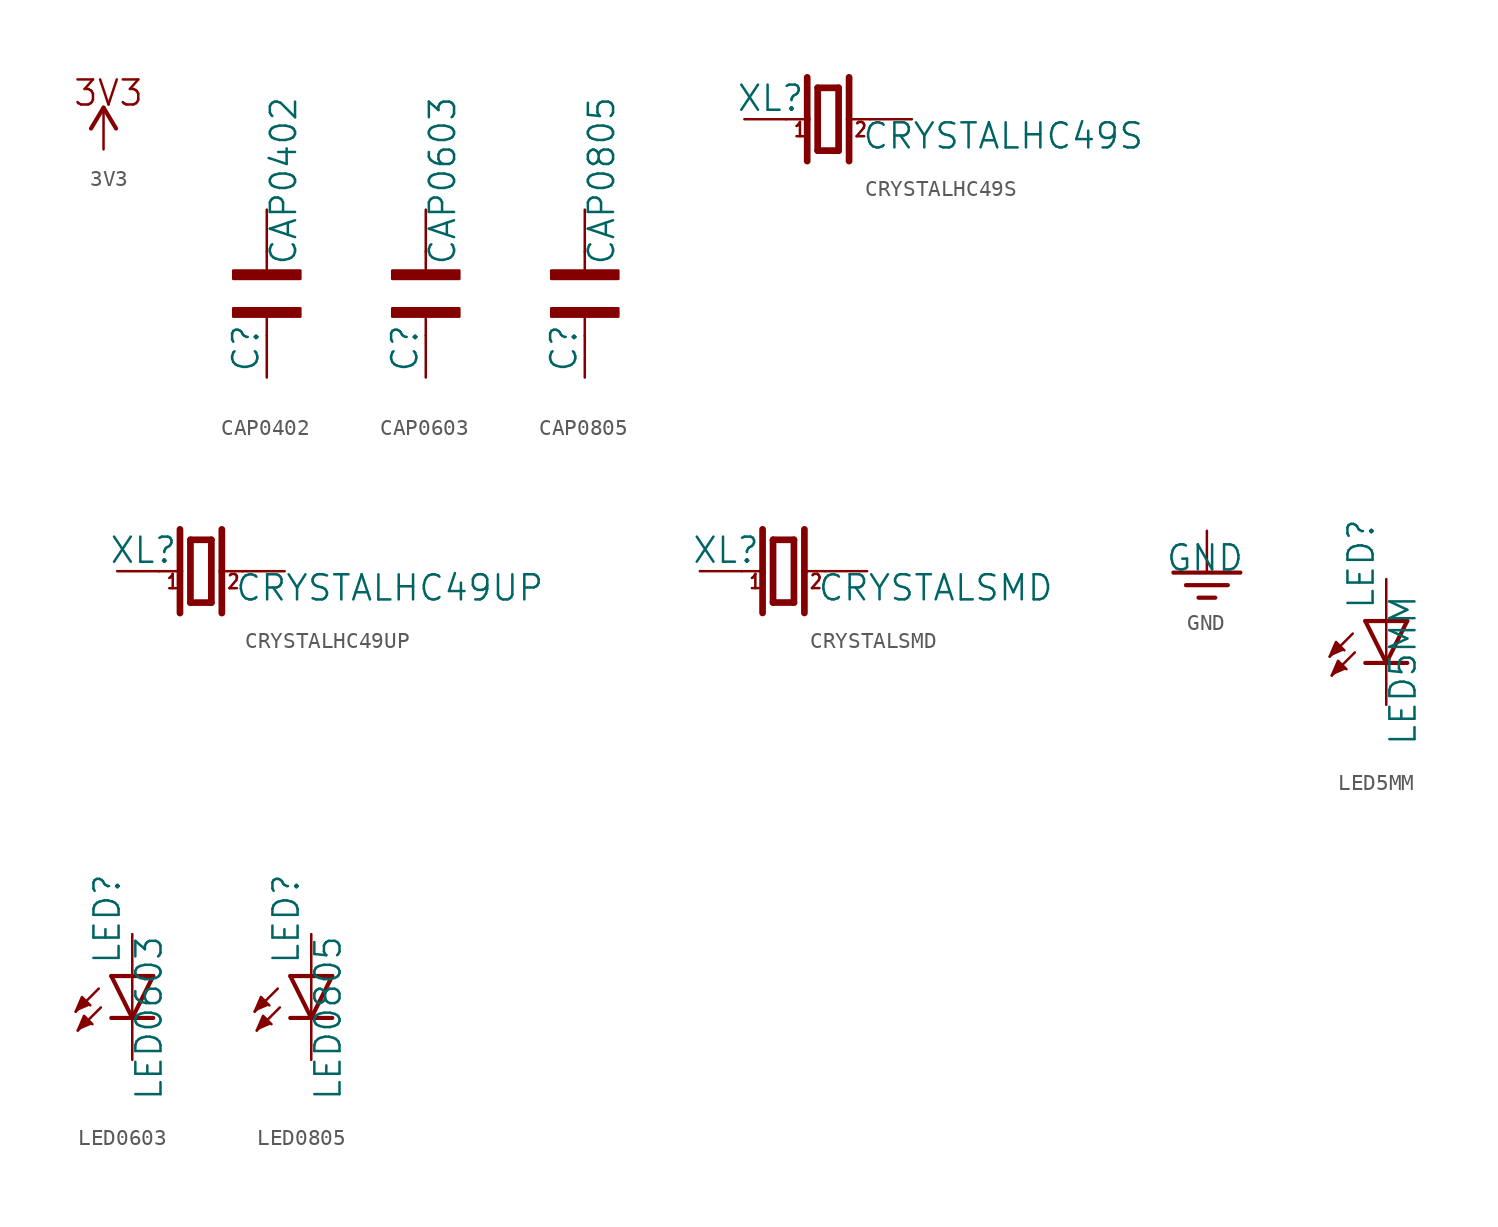
<source format=kicad_sym>
(kicad_symbol_lib
  (version 20211014)
  (generator kicad_symbol_editor)
  (symbol "3V3"
    (power)
    (property "Reference" ""
      (at 0 0 0)
      (effects (font (size 1.27 1.27)) hide))
    (property "ki_locked" ""
      (at 0 0 0)
      (effects (font (size 1.27 1.27))))
    (symbol "3V3_1_0"
      (polyline (pts (xy 0 2.54) (xy -0.762 1.27)) (stroke (width 0.254) (type default) (color 0 0 0 0)) (fill (type none)))
      (polyline (pts (xy 0.762 1.27) (xy 0 2.54)) (stroke (width 0.254) (type default) (color 0 0 0 0)) (fill (type none)))
      (text "3V3" (at -1.905 2.54 0) (effects (font (size 1.524 1.524)) (justify left bottom)))
      (pin power_in line (at 0 0 90) (length 2.54) (name "3V3" (effects (font (size 0 0)))) (number "1" (effects (font (size 0 0)))))))
  (symbol "CAP0402"
    (property "Reference" "C"
      (at -0.381 -4.826 90)
      (effects (font (size 1.524 1.524)) (justify left bottom)))
    (property "Value" "CAP0402"
      (at 1.905 1.651 90)
      (effects (font (size 1.524 1.524)) (justify left bottom)))
    (property "ki_locked" ""
      (at 0 0 0)
      (effects (font (size 1.27 1.27))))
    (symbol "CAP0402_1_0"
      (rectangle (start -2.032 -1.397) (end 2.032 -0.889) (stroke (width 0) (type default) (color 0 0 0 0)) (fill (type outline)))
      (rectangle (start -2.032 0.889) (end 2.032 1.397) (stroke (width 0) (type default) (color 0 0 0 0)) (fill (type outline)))
      (polyline (pts (xy 0 -2.54) (xy 0 -1.397)) (stroke (width 0.152) (type default) (color 0 0 0 0)) (fill (type none)))
      (polyline (pts (xy 0 2.54) (xy 0 1.397)) (stroke (width 0.152) (type default) (color 0 0 0 0)) (fill (type none)))
      (pin passive line (at 0 5.08 270) (length 2.54) (name "1" (effects (font (size 0 0)))) (number "1" (effects (font (size 0 0)))))
      (pin passive line (at 0 -5.08 90) (length 2.54) (name "2" (effects (font (size 0 0)))) (number "2" (effects (font (size 0 0)))))))
  (symbol "CAP0603"
    (property "Reference" "C"
      (at -0.381 -4.826 90)
      (effects (font (size 1.524 1.524)) (justify left bottom)))
    (property "Value" "CAP0603"
      (at 1.905 1.651 90)
      (effects (font (size 1.524 1.524)) (justify left bottom)))
    (property "ki_locked" ""
      (at 0 0 0)
      (effects (font (size 1.27 1.27))))
    (symbol "CAP0603_1_0"
      (rectangle (start -2.032 -1.397) (end 2.032 -0.889) (stroke (width 0) (type default) (color 0 0 0 0)) (fill (type outline)))
      (rectangle (start -2.032 0.889) (end 2.032 1.397) (stroke (width 0) (type default) (color 0 0 0 0)) (fill (type outline)))
      (polyline (pts (xy 0 -2.54) (xy 0 -1.397)) (stroke (width 0.152) (type default) (color 0 0 0 0)) (fill (type none)))
      (polyline (pts (xy 0 2.54) (xy 0 1.397)) (stroke (width 0.152) (type default) (color 0 0 0 0)) (fill (type none)))
      (pin passive line (at 0 5.08 270) (length 2.54) (name "1" (effects (font (size 0 0)))) (number "1" (effects (font (size 0 0)))))
      (pin passive line (at 0 -5.08 90) (length 2.54) (name "2" (effects (font (size 0 0)))) (number "2" (effects (font (size 0 0)))))))
  (symbol "CAP0805"
    (property "Reference" "C"
      (at -0.381 -4.826 90)
      (effects (font (size 1.524 1.524)) (justify left bottom)))
    (property "Value" "CAP0805"
      (at 1.905 1.651 90)
      (effects (font (size 1.524 1.524)) (justify left bottom)))
    (property "ki_locked" ""
      (at 0 0 0)
      (effects (font (size 1.27 1.27))))
    (symbol "CAP0805_1_0"
      (rectangle (start -2.032 -1.397) (end 2.032 -0.889) (stroke (width 0) (type default) (color 0 0 0 0)) (fill (type outline)))
      (rectangle (start -2.032 0.889) (end 2.032 1.397) (stroke (width 0) (type default) (color 0 0 0 0)) (fill (type outline)))
      (polyline (pts (xy 0 -2.54) (xy 0 -1.397)) (stroke (width 0.152) (type default) (color 0 0 0 0)) (fill (type none)))
      (polyline (pts (xy 0 2.54) (xy 0 1.397)) (stroke (width 0.152) (type default) (color 0 0 0 0)) (fill (type none)))
      (pin passive line (at 0 5.08 270) (length 2.54) (name "1" (effects (font (size 0 0)))) (number "1" (effects (font (size 0 0)))))
      (pin passive line (at 0 -5.08 90) (length 2.54) (name "2" (effects (font (size 0 0)))) (number "2" (effects (font (size 0 0)))))))
  (symbol "CRYSTALHC49S"
    (property "Reference" "XL"
      (at -5.588 0.381 0)
      (effects (font (size 1.524 1.524)) (justify left bottom)))
    (property "Value" "CRYSTALHC49S"
      (at 2.032 -1.905 0)
      (effects (font (size 1.524 1.524)) (justify left bottom)))
    (property "ki_locked" ""
      (at 0 0 0)
      (effects (font (size 1.27 1.27))))
    (symbol "CRYSTALHC49S_1_0"
      (polyline (pts (xy -2.54 0) (xy -1.27 0)) (stroke (width 0.152) (type default) (color 0 0 0 0)) (fill (type none)))
      (polyline (pts (xy -1.27 0) (xy -1.27 -2.54)) (stroke (width 0.406) (type default) (color 0 0 0 0)) (fill (type none)))
      (polyline (pts (xy -1.27 2.54) (xy -1.27 0)) (stroke (width 0.406) (type default) (color 0 0 0 0)) (fill (type none)))
      (polyline (pts (xy -0.635 -1.905) (xy 0.635 -1.905)) (stroke (width 0.406) (type default) (color 0 0 0 0)) (fill (type none)))
      (polyline (pts (xy -0.635 1.905) (xy -0.635 -1.905)) (stroke (width 0.406) (type default) (color 0 0 0 0)) (fill (type none)))
      (polyline (pts (xy 0.635 -1.905) (xy 0.635 1.905)) (stroke (width 0.406) (type default) (color 0 0 0 0)) (fill (type none)))
      (polyline (pts (xy 0.635 1.905) (xy -0.635 1.905)) (stroke (width 0.406) (type default) (color 0 0 0 0)) (fill (type none)))
      (polyline (pts (xy 1.27 0) (xy 1.27 -2.54)) (stroke (width 0.406) (type default) (color 0 0 0 0)) (fill (type none)))
      (polyline (pts (xy 1.27 0) (xy 2.54 0)) (stroke (width 0.152) (type default) (color 0 0 0 0)) (fill (type none)))
      (polyline (pts (xy 1.27 2.54) (xy 1.27 0)) (stroke (width 0.406) (type default) (color 0 0 0 0)) (fill (type none)))
      (text "1" (at -2.159 -1.143 0) (effects (font (size 0.864 0.734)) (justify left bottom)))
      (text "2" (at 1.524 -1.143 0) (effects (font (size 0.864 0.734)) (justify left bottom)))
      (pin passive line (at -5.08 0 0) (length 2.54) (name "1" (effects (font (size 0 0)))) (number "1" (effects (font (size 0 0)))))
      (pin passive line (at 5.08 0 180) (length 2.54) (name "2" (effects (font (size 0 0)))) (number "2" (effects (font (size 0 0)))))))
  (symbol "CRYSTALHC49UP"
    (property "Reference" "XL"
      (at -5.588 0.381 0)
      (effects (font (size 1.524 1.524)) (justify left bottom)))
    (property "Value" "CRYSTALHC49UP"
      (at 2.032 -1.905 0)
      (effects (font (size 1.524 1.524)) (justify left bottom)))
    (property "ki_locked" ""
      (at 0 0 0)
      (effects (font (size 1.27 1.27))))
    (symbol "CRYSTALHC49UP_1_0"
      (polyline (pts (xy -2.54 0) (xy -1.27 0)) (stroke (width 0.152) (type default) (color 0 0 0 0)) (fill (type none)))
      (polyline (pts (xy -1.27 0) (xy -1.27 -2.54)) (stroke (width 0.406) (type default) (color 0 0 0 0)) (fill (type none)))
      (polyline (pts (xy -1.27 2.54) (xy -1.27 0)) (stroke (width 0.406) (type default) (color 0 0 0 0)) (fill (type none)))
      (polyline (pts (xy -0.635 -1.905) (xy 0.635 -1.905)) (stroke (width 0.406) (type default) (color 0 0 0 0)) (fill (type none)))
      (polyline (pts (xy -0.635 1.905) (xy -0.635 -1.905)) (stroke (width 0.406) (type default) (color 0 0 0 0)) (fill (type none)))
      (polyline (pts (xy 0.635 -1.905) (xy 0.635 1.905)) (stroke (width 0.406) (type default) (color 0 0 0 0)) (fill (type none)))
      (polyline (pts (xy 0.635 1.905) (xy -0.635 1.905)) (stroke (width 0.406) (type default) (color 0 0 0 0)) (fill (type none)))
      (polyline (pts (xy 1.27 0) (xy 1.27 -2.54)) (stroke (width 0.406) (type default) (color 0 0 0 0)) (fill (type none)))
      (polyline (pts (xy 1.27 0) (xy 2.54 0)) (stroke (width 0.152) (type default) (color 0 0 0 0)) (fill (type none)))
      (polyline (pts (xy 1.27 2.54) (xy 1.27 0)) (stroke (width 0.406) (type default) (color 0 0 0 0)) (fill (type none)))
      (text "1" (at -2.159 -1.143 0) (effects (font (size 0.864 0.734)) (justify left bottom)))
      (text "2" (at 1.524 -1.143 0) (effects (font (size 0.864 0.734)) (justify left bottom)))
      (pin passive line (at -5.08 0 0) (length 2.54) (name "1" (effects (font (size 0 0)))) (number "1" (effects (font (size 0 0)))))
      (pin passive line (at 5.08 0 180) (length 2.54) (name "2" (effects (font (size 0 0)))) (number "2" (effects (font (size 0 0)))))))
  (symbol "CRYSTALSMD"
    (property "Reference" "XL"
      (at -5.588 0.381 0)
      (effects (font (size 1.524 1.524)) (justify left bottom)))
    (property "Value" "CRYSTALSMD"
      (at 2.032 -1.905 0)
      (effects (font (size 1.524 1.524)) (justify left bottom)))
    (property "ki_locked" ""
      (at 0 0 0)
      (effects (font (size 1.27 1.27))))
    (symbol "CRYSTALSMD_1_0"
      (polyline (pts (xy -2.54 0) (xy -1.27 0)) (stroke (width 0.152) (type default) (color 0 0 0 0)) (fill (type none)))
      (polyline (pts (xy -1.27 0) (xy -1.27 -2.54)) (stroke (width 0.406) (type default) (color 0 0 0 0)) (fill (type none)))
      (polyline (pts (xy -1.27 2.54) (xy -1.27 0)) (stroke (width 0.406) (type default) (color 0 0 0 0)) (fill (type none)))
      (polyline (pts (xy -0.635 -1.905) (xy 0.635 -1.905)) (stroke (width 0.406) (type default) (color 0 0 0 0)) (fill (type none)))
      (polyline (pts (xy -0.635 1.905) (xy -0.635 -1.905)) (stroke (width 0.406) (type default) (color 0 0 0 0)) (fill (type none)))
      (polyline (pts (xy 0.635 -1.905) (xy 0.635 1.905)) (stroke (width 0.406) (type default) (color 0 0 0 0)) (fill (type none)))
      (polyline (pts (xy 0.635 1.905) (xy -0.635 1.905)) (stroke (width 0.406) (type default) (color 0 0 0 0)) (fill (type none)))
      (polyline (pts (xy 1.27 0) (xy 1.27 -2.54)) (stroke (width 0.406) (type default) (color 0 0 0 0)) (fill (type none)))
      (polyline (pts (xy 1.27 0) (xy 2.54 0)) (stroke (width 0.152) (type default) (color 0 0 0 0)) (fill (type none)))
      (polyline (pts (xy 1.27 2.54) (xy 1.27 0)) (stroke (width 0.406) (type default) (color 0 0 0 0)) (fill (type none)))
      (text "1" (at -2.159 -1.143 0) (effects (font (size 0.864 0.734)) (justify left bottom)))
      (text "2" (at 1.524 -1.143 0) (effects (font (size 0.864 0.734)) (justify left bottom)))
      (pin passive line (at -5.08 0 0) (length 2.54) (name "1" (effects (font (size 0 0)))) (number "P$1" (effects (font (size 0 0)))))
      (pin passive line (at 5.08 0 180) (length 2.54) (name "2" (effects (font (size 0 0)))) (number "P$2" (effects (font (size 0 0)))))))
  (symbol "GND"
    (power)
    (property "Reference" "#GND"
      (at 0 0 0)
      (effects (font (size 1.27 1.27)) hide))
    (property "Value" "GND"
      (at -2.54 0 0)
      (effects (font (size 1.524 1.524)) (justify left bottom)))
    (property "ki_locked" ""
      (at 0 0 0)
      (effects (font (size 1.27 1.27))))
    (symbol "GND_1_0"
      (polyline (pts (xy -2.032 0) (xy 2.032 0)) (stroke (width 0.254) (type default) (color 0 0 0 0)) (fill (type none)))
      (polyline (pts (xy -1.27 -0.762) (xy 1.27 -0.762)) (stroke (width 0.254) (type default) (color 0 0 0 0)) (fill (type none)))
      (polyline (pts (xy -0.508 -1.524) (xy 0.508 -1.524)) (stroke (width 0.254) (type default) (color 0 0 0 0)) (fill (type none)))
      (pin power_in line (at 0 2.54 270) (length 2.54) (name "GND" (effects (font (size 0 0)))) (number "1" (effects (font (size 0 0)))))))
  (symbol "LED5MM"
    (property "Reference" "LED"
      (at -0.635 0.635 90)
      (effects (font (size 1.524 1.524)) (justify left bottom)))
    (property "Value" "LED5MM"
      (at 1.905 -7.62 90)
      (effects (font (size 1.524 1.524)) (justify left bottom)))
    (property "ki_locked" ""
      (at 0 0 0)
      (effects (font (size 1.27 1.27))))
    (symbol "LED5MM_1_0"
      (polyline (pts (xy -2.032 -0.762) (xy -3.429 -2.159)) (stroke (width 0.152) (type default) (color 0 0 0 0)) (fill (type none)))
      (polyline (pts (xy -1.905 -1.905) (xy -3.302 -3.302)) (stroke (width 0.152) (type default) (color 0 0 0 0)) (fill (type none)))
      (polyline (pts (xy 0 -2.54) (xy -1.27 -2.54)) (stroke (width 0.254) (type default) (color 0 0 0 0)) (fill (type none)))
      (polyline (pts (xy 0 -2.54) (xy -1.27 0)) (stroke (width 0.254) (type default) (color 0 0 0 0)) (fill (type none)))
      (polyline (pts (xy 0 0) (xy -1.27 0)) (stroke (width 0.254) (type default) (color 0 0 0 0)) (fill (type none)))
      (polyline (pts (xy 0 0) (xy 0 -2.54)) (stroke (width 0.152) (type default) (color 0 0 0 0)) (fill (type none)))
      (polyline (pts (xy 1.27 -2.54) (xy 0 -2.54)) (stroke (width 0.254) (type default) (color 0 0 0 0)) (fill (type none)))
      (polyline (pts (xy 1.27 0) (xy 0 -2.54)) (stroke (width 0.254) (type default) (color 0 0 0 0)) (fill (type none)))
      (polyline (pts (xy 1.27 0) (xy 0 0)) (stroke (width 0.254) (type default) (color 0 0 0 0)) (fill (type none)))
      (polyline (pts (xy -3.429 -2.159) (xy -3.048 -1.27) (xy -2.54 -1.778)) (stroke (width 0) (type default) (color 0 0 0 0)) (fill (type outline)))
      (polyline (pts (xy -3.302 -3.302) (xy -2.921 -2.413) (xy -2.413 -2.921)) (stroke (width 0) (type default) (color 0 0 0 0)) (fill (type outline)))
      (pin passive line (at 0 2.54 270) (length 2.54) (name "A" (effects (font (size 0 0)))) (number "A" (effects (font (size 0 0)))))
      (pin passive line (at 0 -5.08 90) (length 2.54) (name "C" (effects (font (size 0 0)))) (number "C" (effects (font (size 0 0)))))))
  (symbol "LED0603"
    (property "Reference" "LED"
      (at -0.635 0.635 90)
      (effects (font (size 1.524 1.524)) (justify left bottom)))
    (property "Value" "LED0603"
      (at 1.905 -7.62 90)
      (effects (font (size 1.524 1.524)) (justify left bottom)))
    (property "ki_locked" ""
      (at 0 0 0)
      (effects (font (size 1.27 1.27))))
    (symbol "LED0603_1_0"
      (polyline (pts (xy -2.032 -0.762) (xy -3.429 -2.159)) (stroke (width 0.152) (type default) (color 0 0 0 0)) (fill (type none)))
      (polyline (pts (xy -1.905 -1.905) (xy -3.302 -3.302)) (stroke (width 0.152) (type default) (color 0 0 0 0)) (fill (type none)))
      (polyline (pts (xy 0 -2.54) (xy -1.27 -2.54)) (stroke (width 0.254) (type default) (color 0 0 0 0)) (fill (type none)))
      (polyline (pts (xy 0 -2.54) (xy -1.27 0)) (stroke (width 0.254) (type default) (color 0 0 0 0)) (fill (type none)))
      (polyline (pts (xy 0 0) (xy -1.27 0)) (stroke (width 0.254) (type default) (color 0 0 0 0)) (fill (type none)))
      (polyline (pts (xy 0 0) (xy 0 -2.54)) (stroke (width 0.152) (type default) (color 0 0 0 0)) (fill (type none)))
      (polyline (pts (xy 1.27 -2.54) (xy 0 -2.54)) (stroke (width 0.254) (type default) (color 0 0 0 0)) (fill (type none)))
      (polyline (pts (xy 1.27 0) (xy 0 -2.54)) (stroke (width 0.254) (type default) (color 0 0 0 0)) (fill (type none)))
      (polyline (pts (xy 1.27 0) (xy 0 0)) (stroke (width 0.254) (type default) (color 0 0 0 0)) (fill (type none)))
      (polyline (pts (xy -3.429 -2.159) (xy -3.048 -1.27) (xy -2.54 -1.778)) (stroke (width 0) (type default) (color 0 0 0 0)) (fill (type outline)))
      (polyline (pts (xy -3.302 -3.302) (xy -2.921 -2.413) (xy -2.413 -2.921)) (stroke (width 0) (type default) (color 0 0 0 0)) (fill (type outline)))
      (pin passive line (at 0 2.54 270) (length 2.54) (name "A" (effects (font (size 0 0)))) (number "A" (effects (font (size 0 0)))))
      (pin passive line (at 0 -5.08 90) (length 2.54) (name "C" (effects (font (size 0 0)))) (number "C" (effects (font (size 0 0)))))))
  (symbol "LED0805"
    (property "Reference" "LED"
      (at -0.635 0.635 90)
      (effects (font (size 1.524 1.524)) (justify left bottom)))
    (property "Value" "LED0805"
      (at 1.905 -7.62 90)
      (effects (font (size 1.524 1.524)) (justify left bottom)))
    (property "ki_locked" ""
      (at 0 0 0)
      (effects (font (size 1.27 1.27))))
    (symbol "LED0805_1_0"
      (polyline (pts (xy -2.032 -0.762) (xy -3.429 -2.159)) (stroke (width 0.152) (type default) (color 0 0 0 0)) (fill (type none)))
      (polyline (pts (xy -1.905 -1.905) (xy -3.302 -3.302)) (stroke (width 0.152) (type default) (color 0 0 0 0)) (fill (type none)))
      (polyline (pts (xy 0 -2.54) (xy -1.27 -2.54)) (stroke (width 0.254) (type default) (color 0 0 0 0)) (fill (type none)))
      (polyline (pts (xy 0 -2.54) (xy -1.27 0)) (stroke (width 0.254) (type default) (color 0 0 0 0)) (fill (type none)))
      (polyline (pts (xy 0 0) (xy -1.27 0)) (stroke (width 0.254) (type default) (color 0 0 0 0)) (fill (type none)))
      (polyline (pts (xy 0 0) (xy 0 -2.54)) (stroke (width 0.152) (type default) (color 0 0 0 0)) (fill (type none)))
      (polyline (pts (xy 1.27 -2.54) (xy 0 -2.54)) (stroke (width 0.254) (type default) (color 0 0 0 0)) (fill (type none)))
      (polyline (pts (xy 1.27 0) (xy 0 -2.54)) (stroke (width 0.254) (type default) (color 0 0 0 0)) (fill (type none)))
      (polyline (pts (xy 1.27 0) (xy 0 0)) (stroke (width 0.254) (type default) (color 0 0 0 0)) (fill (type none)))
      (polyline (pts (xy -3.429 -2.159) (xy -3.048 -1.27) (xy -2.54 -1.778)) (stroke (width 0) (type default) (color 0 0 0 0)) (fill (type outline)))
      (polyline (pts (xy -3.302 -3.302) (xy -2.921 -2.413) (xy -2.413 -2.921)) (stroke (width 0) (type default) (color 0 0 0 0)) (fill (type outline)))
      (pin passive line (at 0 2.54 270) (length 2.54) (name "A" (effects (font (size 0 0)))) (number "A" (effects (font (size 0 0)))))
      (pin passive line (at 0 -5.08 90) (length 2.54) (name "C" (effects (font (size 0 0)))) (number "C" (effects (font (size 0 0))))))))
</source>
